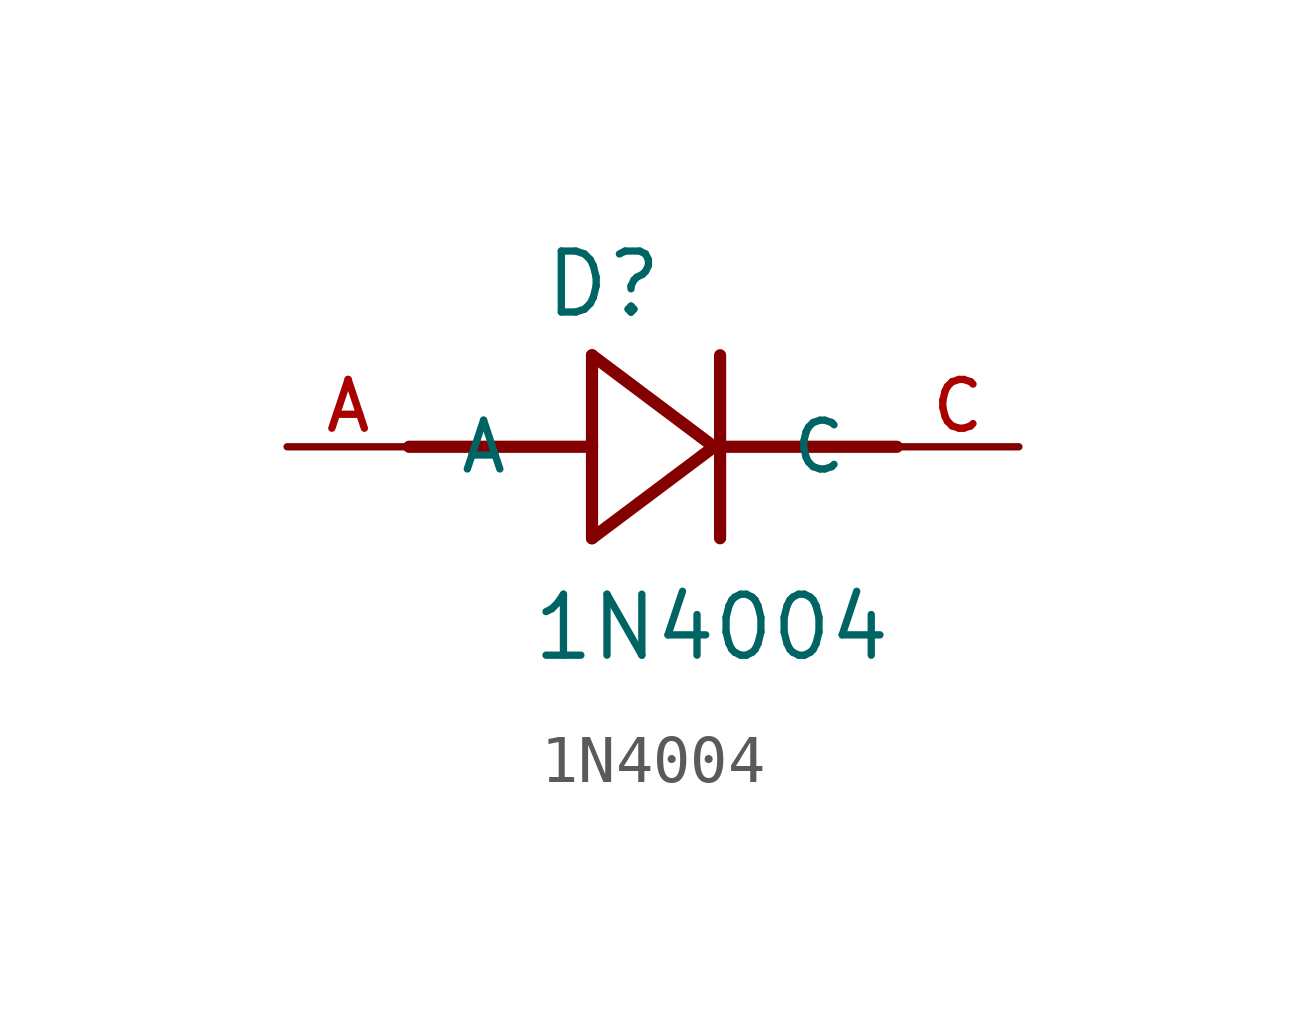
<source format=kicad_sym>
(kicad_symbol_lib
  (version 20231120)
  (generator "kicad_symbol_editor")
  (generator_version "8.0")
  (symbol "1N4004"
    (pin_names
      (offset 1.016))
    (property "Reference" "D"
      (at -2.312 2.643 0)
      (effects (font (size 1.27 1.27)) (justify left bottom)))
    (property "Value" "1N4004"
      (at -2.57 -4.504 0)
      (effects (font (size 1.27 1.27)) (justify left bottom)))
    (symbol "1N4004_0_0"
      (polyline (pts (xy -5.08 0) (xy -1.27 0)) (stroke (width 0.254) (type default)) (fill (type none)))
      (polyline (pts (xy -1.27 -1.905) (xy 1.27 0)) (stroke (width 0.254) (type default)) (fill (type none)))
      (polyline (pts (xy -1.27 0) (xy -1.27 -1.905)) (stroke (width 0.254) (type default)) (fill (type none)))
      (polyline (pts (xy -1.27 1.905) (xy -1.27 0)) (stroke (width 0.254) (type default)) (fill (type none)))
      (polyline (pts (xy 1.27 0) (xy -1.27 1.905)) (stroke (width 0.254) (type default)) (fill (type none)))
      (polyline (pts (xy 1.397 1.905) (xy 1.397 -1.905)) (stroke (width 0.254) (type default)) (fill (type none)))
      (polyline (pts (xy 5.08 0) (xy 1.27 0)) (stroke (width 0.254) (type default)) (fill (type none)))
      (pin passive line (at -7.62 0 0) (length 2.54) (name "A" (effects (font (size 1.016 1.016)))) (number "A" (effects (font (size 1.016 1.016)))))
      (pin passive line (at 7.62 0 180) (length 2.54) (name "C" (effects (font (size 1.016 1.016)))) (number "C" (effects (font (size 1.016 1.016))))))))
</source>
